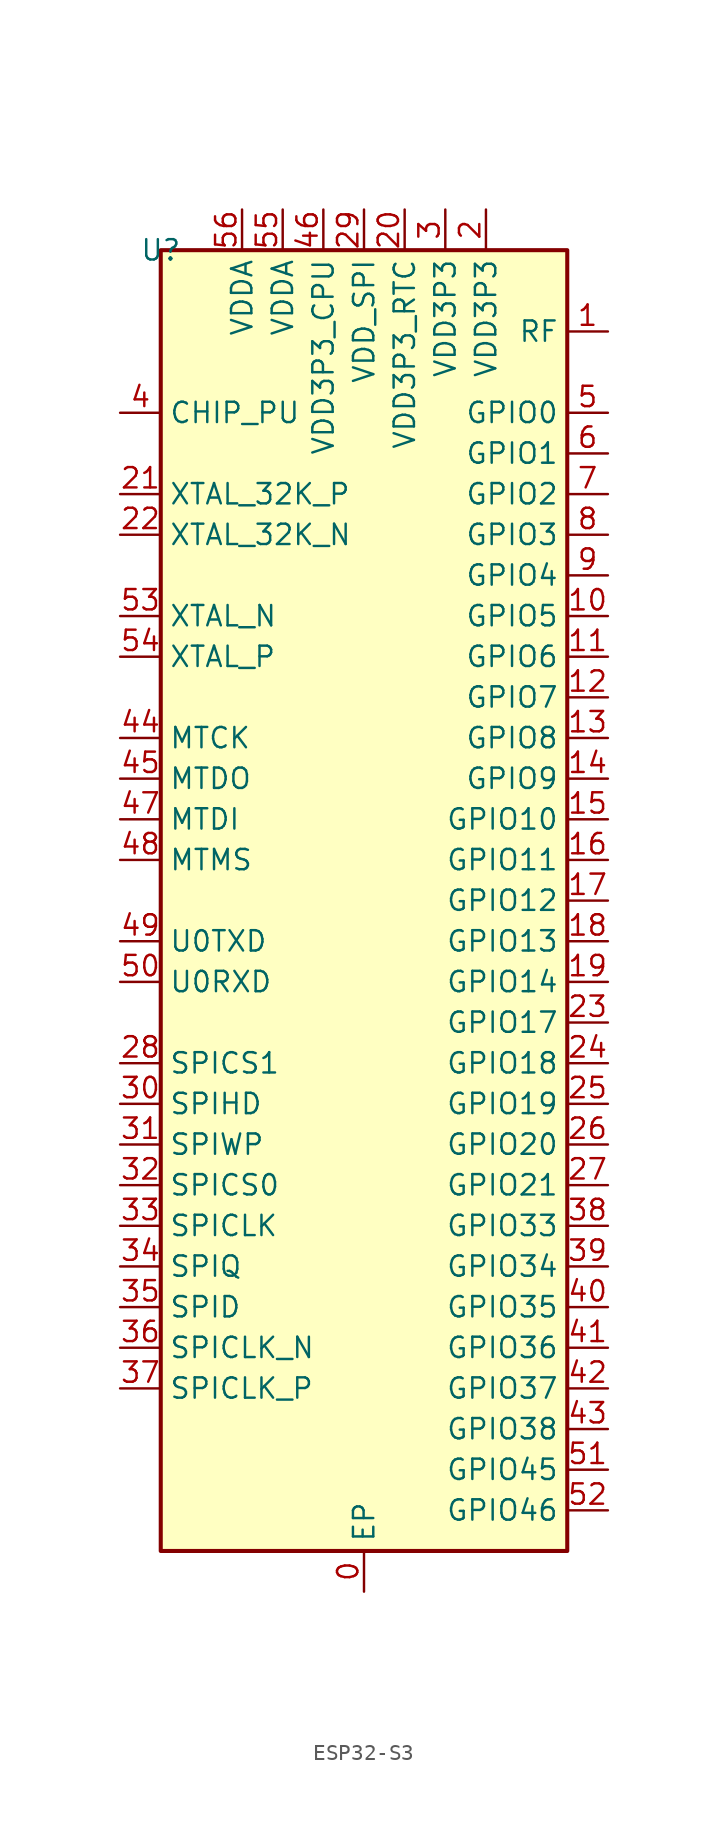
<source format=kicad_sym>
(kicad_symbol_lib
  (version 20220914)
  (generator kicad_symbol_editor)
  (symbol "ESP32-S3"
    (property "Reference" "U"
      (at 0 0 0)
      (effects (font (size 1.27 1.27))))
    (property "Value" ""
      (at 0 0 0)
      (effects (font (size 1.27 1.27))))
    (symbol "ESP32-S3_1_1"
      (rectangle (start 0 0) (end 25.4 -81.28) (stroke (width 0.254) (type default)) (fill (type background)))
      (pin input line (at 12.7 -83.82 90) (length 2.54) (name "EP" (effects (font (size 1.27 1.27)))) (number "0" (effects (font (size 1.27 1.27)))))
      (pin input line (at 27.94 -5.08 180) (length 2.54) (name "RF" (effects (font (size 1.27 1.27)))) (number "1" (effects (font (size 1.27 1.27)))))
      (pin input line (at 27.94 -22.86 180) (length 2.54) (name "GPIO5" (effects (font (size 1.27 1.27)))) (number "10" (effects (font (size 1.27 1.27)))))
      (pin input line (at 27.94 -25.4 180) (length 2.54) (name "GPIO6" (effects (font (size 1.27 1.27)))) (number "11" (effects (font (size 1.27 1.27)))))
      (pin input line (at 27.94 -27.94 180) (length 2.54) (name "GPIO7" (effects (font (size 1.27 1.27)))) (number "12" (effects (font (size 1.27 1.27)))))
      (pin input line (at 27.94 -30.48 180) (length 2.54) (name "GPIO8" (effects (font (size 1.27 1.27)))) (number "13" (effects (font (size 1.27 1.27)))))
      (pin input line (at 27.94 -33.02 180) (length 2.54) (name "GPIO9" (effects (font (size 1.27 1.27)))) (number "14" (effects (font (size 1.27 1.27)))))
      (pin input line (at 27.94 -35.56 180) (length 2.54) (name "GPIO10" (effects (font (size 1.27 1.27)))) (number "15" (effects (font (size 1.27 1.27)))))
      (pin input line (at 27.94 -38.1 180) (length 2.54) (name "GPIO11" (effects (font (size 1.27 1.27)))) (number "16" (effects (font (size 1.27 1.27)))))
      (pin input line (at 27.94 -40.64 180) (length 2.54) (name "GPIO12" (effects (font (size 1.27 1.27)))) (number "17" (effects (font (size 1.27 1.27)))))
      (pin input line (at 27.94 -43.18 180) (length 2.54) (name "GPIO13" (effects (font (size 1.27 1.27)))) (number "18" (effects (font (size 1.27 1.27)))))
      (pin input line (at 27.94 -45.72 180) (length 2.54) (name "GPIO14" (effects (font (size 1.27 1.27)))) (number "19" (effects (font (size 1.27 1.27)))))
      (pin input line (at 20.32 2.54 270) (length 2.54) (name "VDD3P3" (effects (font (size 1.27 1.27)))) (number "2" (effects (font (size 1.27 1.27)))))
      (pin input line (at 15.24 2.54 270) (length 2.54) (name "VDD3P3_RTC" (effects (font (size 1.27 1.27)))) (number "20" (effects (font (size 1.27 1.27)))))
      (pin input line (at -2.54 -15.24 0) (length 2.54) (name "XTAL_32K_P" (effects (font (size 1.27 1.27)))) (number "21" (effects (font (size 1.27 1.27)))))
      (pin input line (at -2.54 -17.78 0) (length 2.54) (name "XTAL_32K_N" (effects (font (size 1.27 1.27)))) (number "22" (effects (font (size 1.27 1.27)))))
      (pin input line (at 27.94 -48.26 180) (length 2.54) (name "GPIO17" (effects (font (size 1.27 1.27)))) (number "23" (effects (font (size 1.27 1.27)))))
      (pin input line (at 27.94 -50.8 180) (length 2.54) (name "GPIO18" (effects (font (size 1.27 1.27)))) (number "24" (effects (font (size 1.27 1.27)))))
      (pin input line (at 27.94 -53.34 180) (length 2.54) (name "GPIO19" (effects (font (size 1.27 1.27)))) (number "25" (effects (font (size 1.27 1.27)))))
      (pin input line (at 27.94 -55.88 180) (length 2.54) (name "GPIO20" (effects (font (size 1.27 1.27)))) (number "26" (effects (font (size 1.27 1.27)))))
      (pin input line (at 27.94 -58.42 180) (length 2.54) (name "GPIO21" (effects (font (size 1.27 1.27)))) (number "27" (effects (font (size 1.27 1.27)))))
      (pin input line (at -2.54 -50.8 0) (length 2.54) (name "SPICS1" (effects (font (size 1.27 1.27)))) (number "28" (effects (font (size 1.27 1.27)))))
      (pin input line (at 12.7 2.54 270) (length 2.54) (name "VDD_SPI" (effects (font (size 1.27 1.27)))) (number "29" (effects (font (size 1.27 1.27)))))
      (pin input line (at 17.78 2.54 270) (length 2.54) (name "VDD3P3" (effects (font (size 1.27 1.27)))) (number "3" (effects (font (size 1.27 1.27)))))
      (pin input line (at -2.54 -53.34 0) (length 2.54) (name "SPIHD" (effects (font (size 1.27 1.27)))) (number "30" (effects (font (size 1.27 1.27)))))
      (pin input line (at -2.54 -55.88 0) (length 2.54) (name "SPIWP" (effects (font (size 1.27 1.27)))) (number "31" (effects (font (size 1.27 1.27)))))
      (pin input line (at -2.54 -58.42 0) (length 2.54) (name "SPICS0" (effects (font (size 1.27 1.27)))) (number "32" (effects (font (size 1.27 1.27)))))
      (pin input line (at -2.54 -60.96 0) (length 2.54) (name "SPICLK" (effects (font (size 1.27 1.27)))) (number "33" (effects (font (size 1.27 1.27)))))
      (pin input line (at -2.54 -63.5 0) (length 2.54) (name "SPIQ" (effects (font (size 1.27 1.27)))) (number "34" (effects (font (size 1.27 1.27)))))
      (pin input line (at -2.54 -66.04 0) (length 2.54) (name "SPID" (effects (font (size 1.27 1.27)))) (number "35" (effects (font (size 1.27 1.27)))))
      (pin input line (at -2.54 -68.58 0) (length 2.54) (name "SPICLK_N" (effects (font (size 1.27 1.27)))) (number "36" (effects (font (size 1.27 1.27)))))
      (pin input line (at -2.54 -71.12 0) (length 2.54) (name "SPICLK_P" (effects (font (size 1.27 1.27)))) (number "37" (effects (font (size 1.27 1.27)))))
      (pin input line (at 27.94 -60.96 180) (length 2.54) (name "GPIO33" (effects (font (size 1.27 1.27)))) (number "38" (effects (font (size 1.27 1.27)))))
      (pin input line (at 27.94 -63.5 180) (length 2.54) (name "GPIO34" (effects (font (size 1.27 1.27)))) (number "39" (effects (font (size 1.27 1.27)))))
      (pin input line (at -2.54 -10.16 0) (length 2.54) (name "CHIP_PU" (effects (font (size 1.27 1.27)))) (number "4" (effects (font (size 1.27 1.27)))))
      (pin input line (at 27.94 -66.04 180) (length 2.54) (name "GPIO35" (effects (font (size 1.27 1.27)))) (number "40" (effects (font (size 1.27 1.27)))))
      (pin input line (at 27.94 -68.58 180) (length 2.54) (name "GPIO36" (effects (font (size 1.27 1.27)))) (number "41" (effects (font (size 1.27 1.27)))))
      (pin input line (at 27.94 -71.12 180) (length 2.54) (name "GPIO37" (effects (font (size 1.27 1.27)))) (number "42" (effects (font (size 1.27 1.27)))))
      (pin input line (at 27.94 -73.66 180) (length 2.54) (name "GPIO38" (effects (font (size 1.27 1.27)))) (number "43" (effects (font (size 1.27 1.27)))))
      (pin input line (at -2.54 -30.48 0) (length 2.54) (name "MTCK" (effects (font (size 1.27 1.27)))) (number "44" (effects (font (size 1.27 1.27)))))
      (pin input line (at -2.54 -33.02 0) (length 2.54) (name "MTDO" (effects (font (size 1.27 1.27)))) (number "45" (effects (font (size 1.27 1.27)))))
      (pin input line (at 10.16 2.54 270) (length 2.54) (name "VDD3P3_CPU" (effects (font (size 1.27 1.27)))) (number "46" (effects (font (size 1.27 1.27)))))
      (pin input line (at -2.54 -35.56 0) (length 2.54) (name "MTDI" (effects (font (size 1.27 1.27)))) (number "47" (effects (font (size 1.27 1.27)))))
      (pin input line (at -2.54 -38.1 0) (length 2.54) (name "MTMS" (effects (font (size 1.27 1.27)))) (number "48" (effects (font (size 1.27 1.27)))))
      (pin input line (at -2.54 -43.18 0) (length 2.54) (name "U0TXD" (effects (font (size 1.27 1.27)))) (number "49" (effects (font (size 1.27 1.27)))))
      (pin input line (at 27.94 -10.16 180) (length 2.54) (name "GPIO0" (effects (font (size 1.27 1.27)))) (number "5" (effects (font (size 1.27 1.27)))))
      (pin input line (at -2.54 -45.72 0) (length 2.54) (name "U0RXD" (effects (font (size 1.27 1.27)))) (number "50" (effects (font (size 1.27 1.27)))))
      (pin input line (at 27.94 -76.2 180) (length 2.54) (name "GPIO45" (effects (font (size 1.27 1.27)))) (number "51" (effects (font (size 1.27 1.27)))))
      (pin input line (at 27.94 -78.74 180) (length 2.54) (name "GPIO46" (effects (font (size 1.27 1.27)))) (number "52" (effects (font (size 1.27 1.27)))))
      (pin input line (at -2.54 -22.86 0) (length 2.54) (name "XTAL_N" (effects (font (size 1.27 1.27)))) (number "53" (effects (font (size 1.27 1.27)))))
      (pin input line (at -2.54 -25.4 0) (length 2.54) (name "XTAL_P" (effects (font (size 1.27 1.27)))) (number "54" (effects (font (size 1.27 1.27)))))
      (pin input line (at 7.62 2.54 270) (length 2.54) (name "VDDA" (effects (font (size 1.27 1.27)))) (number "55" (effects (font (size 1.27 1.27)))))
      (pin input line (at 5.08 2.54 270) (length 2.54) (name "VDDA" (effects (font (size 1.27 1.27)))) (number "56" (effects (font (size 1.27 1.27)))))
      (pin input line (at 27.94 -12.7 180) (length 2.54) (name "GPIO1" (effects (font (size 1.27 1.27)))) (number "6" (effects (font (size 1.27 1.27)))))
      (pin input line (at 27.94 -15.24 180) (length 2.54) (name "GPIO2" (effects (font (size 1.27 1.27)))) (number "7" (effects (font (size 1.27 1.27)))))
      (pin input line (at 27.94 -17.78 180) (length 2.54) (name "GPIO3" (effects (font (size 1.27 1.27)))) (number "8" (effects (font (size 1.27 1.27)))))
      (pin input line (at 27.94 -20.32 180) (length 2.54) (name "GPIO4" (effects (font (size 1.27 1.27)))) (number "9" (effects (font (size 1.27 1.27))))))))
</source>
